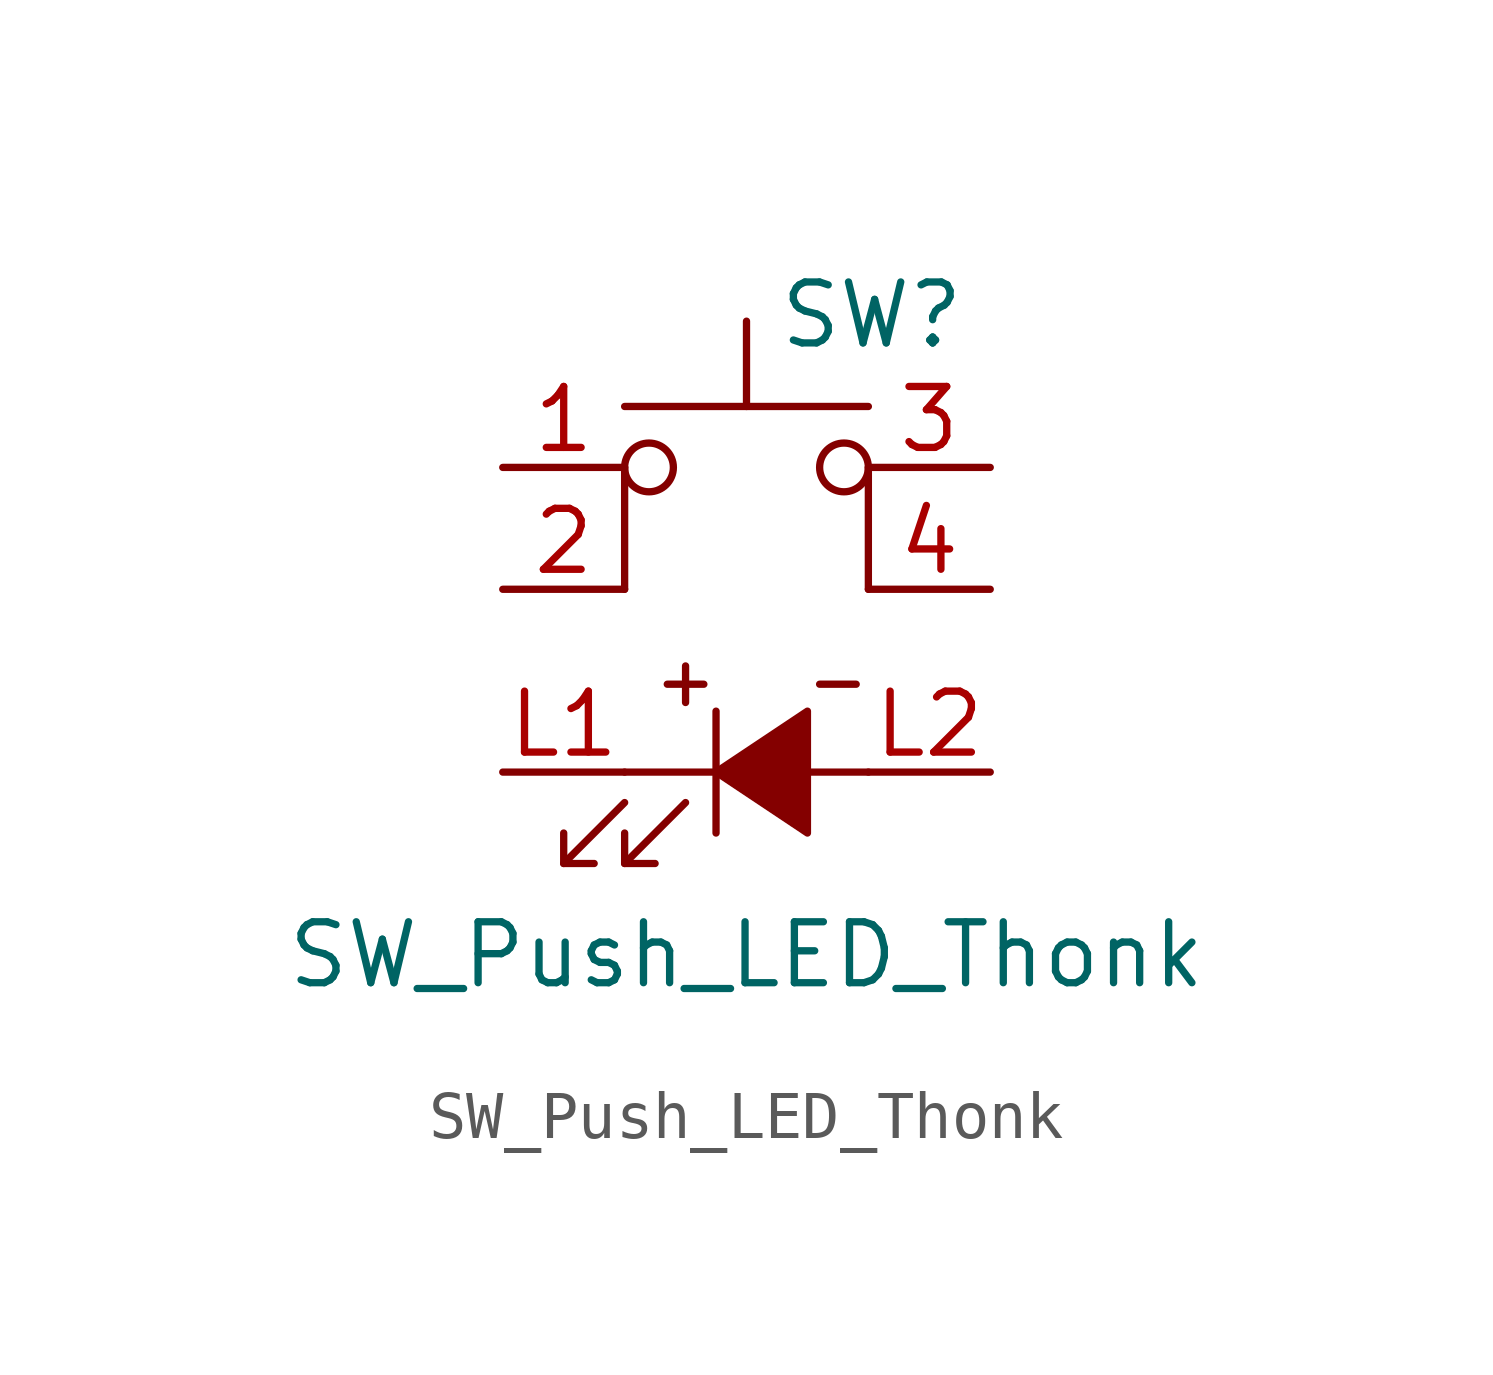
<source format=kicad_sym>
(kicad_symbol_lib
  (version 20220914)
  (generator kicad_symbol_editor)
  (symbol "SW_Push_LED_Thonk"
    (pin_names
      (offset 1.016) hide)
    (property "Reference" "SW"
      (at 0.635 5.715 0)
      (effects (font (size 1.27 1.27)) (justify left)))
    (property "Value" "SW_Push_LED_Thonk"
      (at 0 -7.62 0)
      (effects (font (size 1.27 1.27))))
    (symbol "SW_Push_LED_Thonk_0_0"
      (polyline (pts (xy -3.81 -5.715) (xy -2.54 -4.445)) (stroke (width 0) (type default)) (fill (type none)))
      (polyline (pts (xy -2.54 -5.715) (xy -1.27 -4.445)) (stroke (width 0) (type default)) (fill (type none)))
      (polyline (pts (xy -0.635 -2.54) (xy -0.635 -5.08)) (stroke (width 0) (type default)) (fill (type none)))
      (polyline (pts (xy -3.81 -5.08) (xy -3.81 -5.715) (xy -3.175 -5.715)) (stroke (width 0) (type default)) (fill (type none)))
      (polyline (pts (xy -2.54 -5.08) (xy -2.54 -5.715) (xy -1.905 -5.715)) (stroke (width 0) (type default)) (fill (type none)))
      (polyline (pts (xy -0.635 -3.81) (xy 1.27 -2.54) (xy 1.27 -5.08) (xy -0.635 -3.81)) (stroke (width 0) (type default)) (fill (type outline))))
    (symbol "SW_Push_LED_Thonk_0_1"
      (circle (center -2.032 2.54) (radius 0.508) (stroke (width 0) (type default)) (fill (type none)))
      (polyline (pts (xy -2.54 -3.81) (xy -0.635 -3.81)) (stroke (width 0) (type default)) (fill (type none)))
      (polyline (pts (xy -2.54 0) (xy -2.54 2.54)) (stroke (width 0) (type default)) (fill (type none)))
      (polyline (pts (xy 0 3.81) (xy 0 5.588)) (stroke (width 0) (type default)) (fill (type none)))
      (polyline (pts (xy 2.54 -3.81) (xy 1.27 -3.81)) (stroke (width 0) (type default)) (fill (type none)))
      (polyline (pts (xy 2.54 0) (xy 2.54 2.54)) (stroke (width 0) (type default)) (fill (type none)))
      (polyline (pts (xy 2.54 3.81) (xy -2.54 3.81)) (stroke (width 0) (type default)) (fill (type none)))
      (circle (center 2.032 2.54) (radius 0.508) (stroke (width 0) (type default)) (fill (type none))))
    (symbol "SW_Push_LED_Thonk_1_1"
      (text "+" (at -1.27 -1.905 0) (effects (font (size 1 1))))
      (text "-" (at 1.905 -1.905 0) (effects (font (size 1 1))))
      (pin passive line (at -5.08 2.54 0) (length 2.54) (name "1" (effects (font (size 1.27 1.27)))) (number "1" (effects (font (size 1.27 1.27)))))
      (pin passive line (at -5.08 0 0) (length 2.54) (name "2" (effects (font (size 1.27 1.27)))) (number "2" (effects (font (size 1.27 1.27)))))
      (pin passive line (at 5.08 2.54 180) (length 2.54) (name "3" (effects (font (size 1.27 1.27)))) (number "3" (effects (font (size 1.27 1.27)))))
      (pin passive line (at 5.08 0 180) (length 2.54) (name "4" (effects (font (size 1.27 1.27)))) (number "4" (effects (font (size 1.27 1.27)))))
      (pin passive line (at -5.08 -3.81 0) (length 2.54) (name "L1" (effects (font (size 1.27 1.27)))) (number "L1" (effects (font (size 1.27 1.27)))))
      (pin passive line (at 5.08 -3.81 180) (length 2.54) (name "L2" (effects (font (size 1.27 1.27)))) (number "L2" (effects (font (size 1.27 1.27))))))))
</source>
